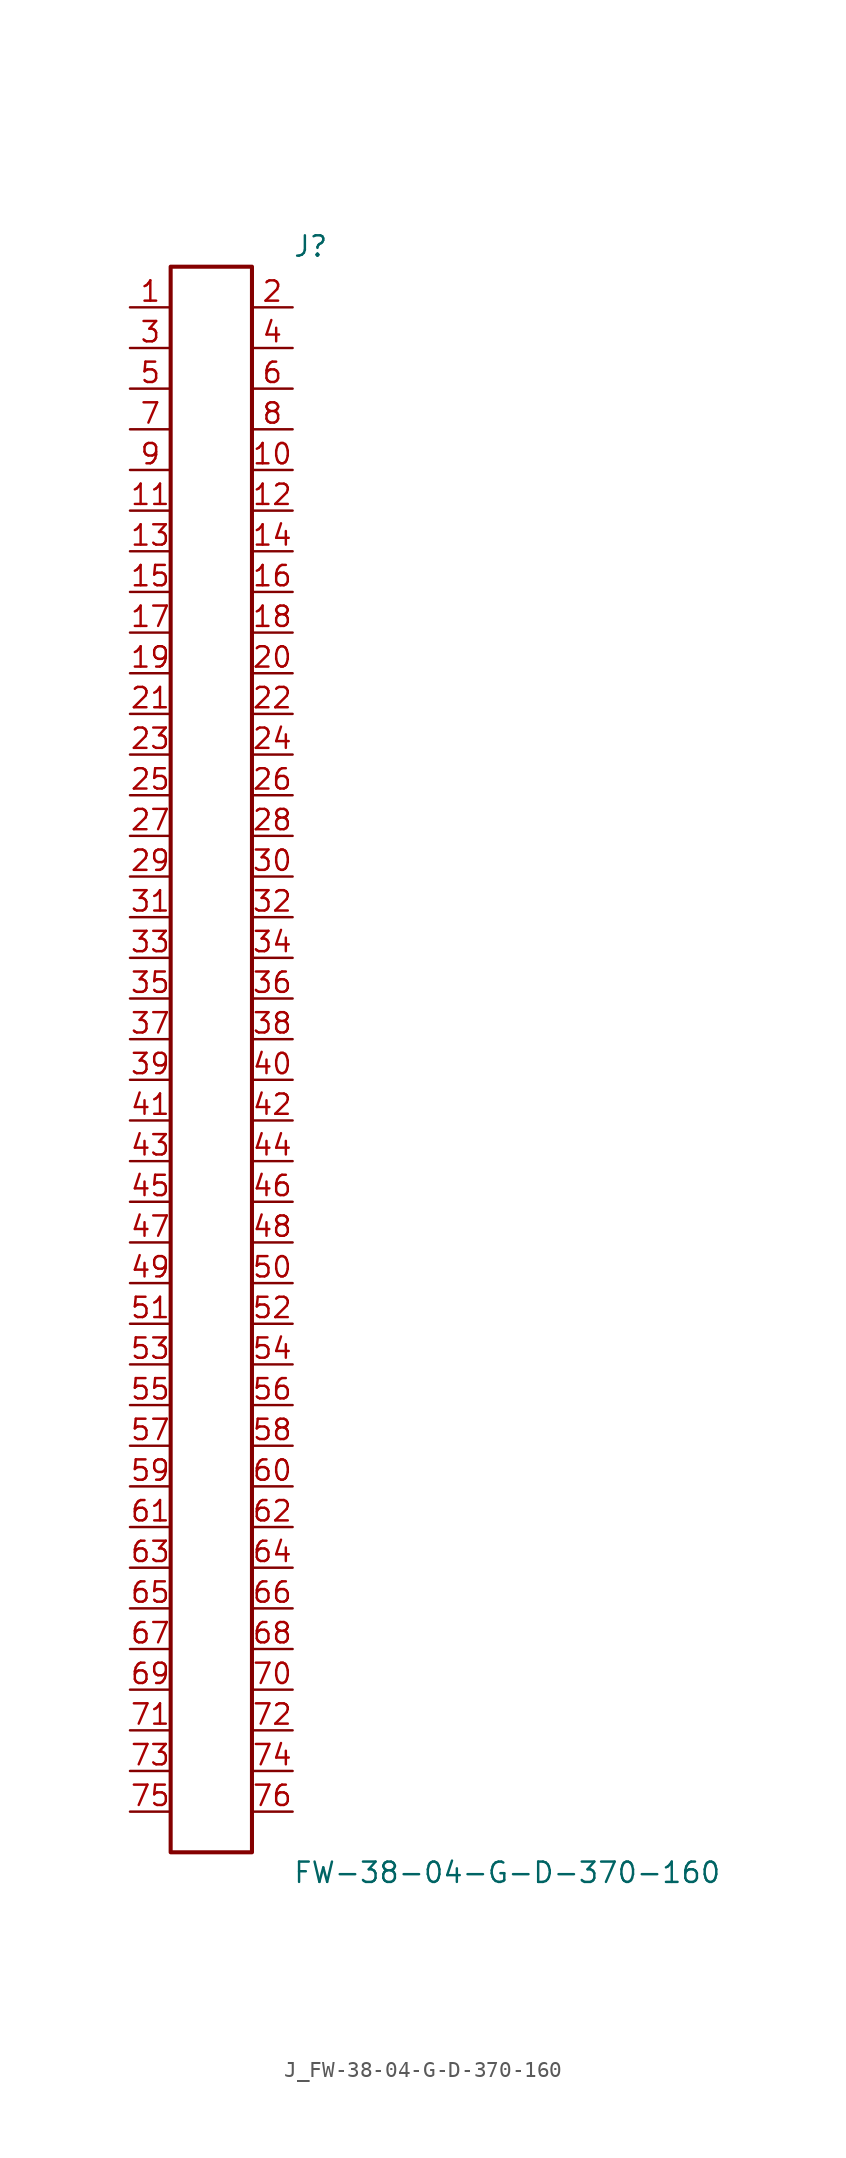
<source format=kicad_sym>
(kicad_symbol_lib
  (version 20231120)
  (generator kicad_symbol_editor)
  (generator_version 8.0)
  (symbol "J_FW-38-04-G-D-370-160"
    (pin_names
      (offset 0.254))
    (property "Reference" "J"
      (at 5.08 50.8 0)
      (effects (font (size 1.27 1.27)) (justify left)))
    (property "Value" "FW-38-04-G-D-370-160"
      (at 5.08 -50.8 0)
      (effects (font (size 1.27 1.27)) (justify left)))
    (symbol "J_FW-38-04-G-D-370-160_0_0"
      (pin unspecified line (at -5.08 46.99 0) (length 2.54) (name "" (effects (font (size 1.27 1.27)))) (number "1" (effects (font (size 1.27 1.27)))))
      (pin unspecified line (at 5.08 46.99 180) (length 2.54) (name "" (effects (font (size 1.27 1.27)))) (number "2" (effects (font (size 1.27 1.27)))))
      (pin unspecified line (at -5.08 44.45 0) (length 2.54) (name "" (effects (font (size 1.27 1.27)))) (number "3" (effects (font (size 1.27 1.27)))))
      (pin unspecified line (at 5.08 44.45 180) (length 2.54) (name "" (effects (font (size 1.27 1.27)))) (number "4" (effects (font (size 1.27 1.27)))))
      (pin unspecified line (at -5.08 41.91 0) (length 2.54) (name "" (effects (font (size 1.27 1.27)))) (number "5" (effects (font (size 1.27 1.27)))))
      (pin unspecified line (at 5.08 41.91 180) (length 2.54) (name "" (effects (font (size 1.27 1.27)))) (number "6" (effects (font (size 1.27 1.27)))))
      (pin unspecified line (at -5.08 39.37 0) (length 2.54) (name "" (effects (font (size 1.27 1.27)))) (number "7" (effects (font (size 1.27 1.27)))))
      (pin unspecified line (at 5.08 39.37 180) (length 2.54) (name "" (effects (font (size 1.27 1.27)))) (number "8" (effects (font (size 1.27 1.27)))))
      (pin unspecified line (at -5.08 36.83 0) (length 2.54) (name "" (effects (font (size 1.27 1.27)))) (number "9" (effects (font (size 1.27 1.27)))))
      (pin unspecified line (at 5.08 36.83 180) (length 2.54) (name "" (effects (font (size 1.27 1.27)))) (number "10" (effects (font (size 1.27 1.27)))))
      (pin unspecified line (at -5.08 34.29 0) (length 2.54) (name "" (effects (font (size 1.27 1.27)))) (number "11" (effects (font (size 1.27 1.27)))))
      (pin unspecified line (at 5.08 34.29 180) (length 2.54) (name "" (effects (font (size 1.27 1.27)))) (number "12" (effects (font (size 1.27 1.27)))))
      (pin unspecified line (at -5.08 31.75 0) (length 2.54) (name "" (effects (font (size 1.27 1.27)))) (number "13" (effects (font (size 1.27 1.27)))))
      (pin unspecified line (at 5.08 31.75 180) (length 2.54) (name "" (effects (font (size 1.27 1.27)))) (number "14" (effects (font (size 1.27 1.27)))))
      (pin unspecified line (at -5.08 29.21 0) (length 2.54) (name "" (effects (font (size 1.27 1.27)))) (number "15" (effects (font (size 1.27 1.27)))))
      (pin unspecified line (at 5.08 29.21 180) (length 2.54) (name "" (effects (font (size 1.27 1.27)))) (number "16" (effects (font (size 1.27 1.27)))))
      (pin unspecified line (at -5.08 26.67 0) (length 2.54) (name "" (effects (font (size 1.27 1.27)))) (number "17" (effects (font (size 1.27 1.27)))))
      (pin unspecified line (at 5.08 26.67 180) (length 2.54) (name "" (effects (font (size 1.27 1.27)))) (number "18" (effects (font (size 1.27 1.27)))))
      (pin unspecified line (at -5.08 24.13 0) (length 2.54) (name "" (effects (font (size 1.27 1.27)))) (number "19" (effects (font (size 1.27 1.27)))))
      (pin unspecified line (at 5.08 24.13 180) (length 2.54) (name "" (effects (font (size 1.27 1.27)))) (number "20" (effects (font (size 1.27 1.27)))))
      (pin unspecified line (at -5.08 21.59 0) (length 2.54) (name "" (effects (font (size 1.27 1.27)))) (number "21" (effects (font (size 1.27 1.27)))))
      (pin unspecified line (at 5.08 21.59 180) (length 2.54) (name "" (effects (font (size 1.27 1.27)))) (number "22" (effects (font (size 1.27 1.27)))))
      (pin unspecified line (at -5.08 19.05 0) (length 2.54) (name "" (effects (font (size 1.27 1.27)))) (number "23" (effects (font (size 1.27 1.27)))))
      (pin unspecified line (at 5.08 19.05 180) (length 2.54) (name "" (effects (font (size 1.27 1.27)))) (number "24" (effects (font (size 1.27 1.27)))))
      (pin unspecified line (at -5.08 16.51 0) (length 2.54) (name "" (effects (font (size 1.27 1.27)))) (number "25" (effects (font (size 1.27 1.27)))))
      (pin unspecified line (at 5.08 16.51 180) (length 2.54) (name "" (effects (font (size 1.27 1.27)))) (number "26" (effects (font (size 1.27 1.27)))))
      (pin unspecified line (at -5.08 13.97 0) (length 2.54) (name "" (effects (font (size 1.27 1.27)))) (number "27" (effects (font (size 1.27 1.27)))))
      (pin unspecified line (at 5.08 13.97 180) (length 2.54) (name "" (effects (font (size 1.27 1.27)))) (number "28" (effects (font (size 1.27 1.27)))))
      (pin unspecified line (at -5.08 11.43 0) (length 2.54) (name "" (effects (font (size 1.27 1.27)))) (number "29" (effects (font (size 1.27 1.27)))))
      (pin unspecified line (at 5.08 11.43 180) (length 2.54) (name "" (effects (font (size 1.27 1.27)))) (number "30" (effects (font (size 1.27 1.27)))))
      (pin unspecified line (at -5.08 8.89 0) (length 2.54) (name "" (effects (font (size 1.27 1.27)))) (number "31" (effects (font (size 1.27 1.27)))))
      (pin unspecified line (at 5.08 8.89 180) (length 2.54) (name "" (effects (font (size 1.27 1.27)))) (number "32" (effects (font (size 1.27 1.27)))))
      (pin unspecified line (at -5.08 6.35 0) (length 2.54) (name "" (effects (font (size 1.27 1.27)))) (number "33" (effects (font (size 1.27 1.27)))))
      (pin unspecified line (at 5.08 6.35 180) (length 2.54) (name "" (effects (font (size 1.27 1.27)))) (number "34" (effects (font (size 1.27 1.27)))))
      (pin unspecified line (at -5.08 3.81 0) (length 2.54) (name "" (effects (font (size 1.27 1.27)))) (number "35" (effects (font (size 1.27 1.27)))))
      (pin unspecified line (at 5.08 3.81 180) (length 2.54) (name "" (effects (font (size 1.27 1.27)))) (number "36" (effects (font (size 1.27 1.27)))))
      (pin unspecified line (at -5.08 1.27 0) (length 2.54) (name "" (effects (font (size 1.27 1.27)))) (number "37" (effects (font (size 1.27 1.27)))))
      (pin unspecified line (at 5.08 1.27 180) (length 2.54) (name "" (effects (font (size 1.27 1.27)))) (number "38" (effects (font (size 1.27 1.27)))))
      (pin unspecified line (at -5.08 -1.27 0) (length 2.54) (name "" (effects (font (size 1.27 1.27)))) (number "39" (effects (font (size 1.27 1.27)))))
      (pin unspecified line (at 5.08 -1.27 180) (length 2.54) (name "" (effects (font (size 1.27 1.27)))) (number "40" (effects (font (size 1.27 1.27)))))
      (pin unspecified line (at -5.08 -3.81 0) (length 2.54) (name "" (effects (font (size 1.27 1.27)))) (number "41" (effects (font (size 1.27 1.27)))))
      (pin unspecified line (at 5.08 -3.81 180) (length 2.54) (name "" (effects (font (size 1.27 1.27)))) (number "42" (effects (font (size 1.27 1.27)))))
      (pin unspecified line (at -5.08 -6.35 0) (length 2.54) (name "" (effects (font (size 1.27 1.27)))) (number "43" (effects (font (size 1.27 1.27)))))
      (pin unspecified line (at 5.08 -6.35 180) (length 2.54) (name "" (effects (font (size 1.27 1.27)))) (number "44" (effects (font (size 1.27 1.27)))))
      (pin unspecified line (at -5.08 -8.89 0) (length 2.54) (name "" (effects (font (size 1.27 1.27)))) (number "45" (effects (font (size 1.27 1.27)))))
      (pin unspecified line (at 5.08 -8.89 180) (length 2.54) (name "" (effects (font (size 1.27 1.27)))) (number "46" (effects (font (size 1.27 1.27)))))
      (pin unspecified line (at -5.08 -11.43 0) (length 2.54) (name "" (effects (font (size 1.27 1.27)))) (number "47" (effects (font (size 1.27 1.27)))))
      (pin unspecified line (at 5.08 -11.43 180) (length 2.54) (name "" (effects (font (size 1.27 1.27)))) (number "48" (effects (font (size 1.27 1.27)))))
      (pin unspecified line (at -5.08 -13.97 0) (length 2.54) (name "" (effects (font (size 1.27 1.27)))) (number "49" (effects (font (size 1.27 1.27)))))
      (pin unspecified line (at 5.08 -13.97 180) (length 2.54) (name "" (effects (font (size 1.27 1.27)))) (number "50" (effects (font (size 1.27 1.27)))))
      (pin unspecified line (at -5.08 -16.51 0) (length 2.54) (name "" (effects (font (size 1.27 1.27)))) (number "51" (effects (font (size 1.27 1.27)))))
      (pin unspecified line (at 5.08 -16.51 180) (length 2.54) (name "" (effects (font (size 1.27 1.27)))) (number "52" (effects (font (size 1.27 1.27)))))
      (pin unspecified line (at -5.08 -19.05 0) (length 2.54) (name "" (effects (font (size 1.27 1.27)))) (number "53" (effects (font (size 1.27 1.27)))))
      (pin unspecified line (at 5.08 -19.05 180) (length 2.54) (name "" (effects (font (size 1.27 1.27)))) (number "54" (effects (font (size 1.27 1.27)))))
      (pin unspecified line (at -5.08 -21.59 0) (length 2.54) (name "" (effects (font (size 1.27 1.27)))) (number "55" (effects (font (size 1.27 1.27)))))
      (pin unspecified line (at 5.08 -21.59 180) (length 2.54) (name "" (effects (font (size 1.27 1.27)))) (number "56" (effects (font (size 1.27 1.27)))))
      (pin unspecified line (at -5.08 -24.13 0) (length 2.54) (name "" (effects (font (size 1.27 1.27)))) (number "57" (effects (font (size 1.27 1.27)))))
      (pin unspecified line (at 5.08 -24.13 180) (length 2.54) (name "" (effects (font (size 1.27 1.27)))) (number "58" (effects (font (size 1.27 1.27)))))
      (pin unspecified line (at -5.08 -26.67 0) (length 2.54) (name "" (effects (font (size 1.27 1.27)))) (number "59" (effects (font (size 1.27 1.27)))))
      (pin unspecified line (at 5.08 -26.67 180) (length 2.54) (name "" (effects (font (size 1.27 1.27)))) (number "60" (effects (font (size 1.27 1.27)))))
      (pin unspecified line (at -5.08 -29.21 0) (length 2.54) (name "" (effects (font (size 1.27 1.27)))) (number "61" (effects (font (size 1.27 1.27)))))
      (pin unspecified line (at 5.08 -29.21 180) (length 2.54) (name "" (effects (font (size 1.27 1.27)))) (number "62" (effects (font (size 1.27 1.27)))))
      (pin unspecified line (at -5.08 -31.75 0) (length 2.54) (name "" (effects (font (size 1.27 1.27)))) (number "63" (effects (font (size 1.27 1.27)))))
      (pin unspecified line (at 5.08 -31.75 180) (length 2.54) (name "" (effects (font (size 1.27 1.27)))) (number "64" (effects (font (size 1.27 1.27)))))
      (pin unspecified line (at -5.08 -34.29 0) (length 2.54) (name "" (effects (font (size 1.27 1.27)))) (number "65" (effects (font (size 1.27 1.27)))))
      (pin unspecified line (at 5.08 -34.29 180) (length 2.54) (name "" (effects (font (size 1.27 1.27)))) (number "66" (effects (font (size 1.27 1.27)))))
      (pin unspecified line (at -5.08 -36.83 0) (length 2.54) (name "" (effects (font (size 1.27 1.27)))) (number "67" (effects (font (size 1.27 1.27)))))
      (pin unspecified line (at 5.08 -36.83 180) (length 2.54) (name "" (effects (font (size 1.27 1.27)))) (number "68" (effects (font (size 1.27 1.27)))))
      (pin unspecified line (at -5.08 -39.37 0) (length 2.54) (name "" (effects (font (size 1.27 1.27)))) (number "69" (effects (font (size 1.27 1.27)))))
      (pin unspecified line (at 5.08 -39.37 180) (length 2.54) (name "" (effects (font (size 1.27 1.27)))) (number "70" (effects (font (size 1.27 1.27)))))
      (pin unspecified line (at -5.08 -41.91 0) (length 2.54) (name "" (effects (font (size 1.27 1.27)))) (number "71" (effects (font (size 1.27 1.27)))))
      (pin unspecified line (at 5.08 -41.91 180) (length 2.54) (name "" (effects (font (size 1.27 1.27)))) (number "72" (effects (font (size 1.27 1.27)))))
      (pin unspecified line (at -5.08 -44.45 0) (length 2.54) (name "" (effects (font (size 1.27 1.27)))) (number "73" (effects (font (size 1.27 1.27)))))
      (pin unspecified line (at 5.08 -44.45 180) (length 2.54) (name "" (effects (font (size 1.27 1.27)))) (number "74" (effects (font (size 1.27 1.27)))))
      (pin unspecified line (at -5.08 -46.99 0) (length 2.54) (name "" (effects (font (size 1.27 1.27)))) (number "75" (effects (font (size 1.27 1.27)))))
      (pin unspecified line (at 5.08 -46.99 180) (length 2.54) (name "" (effects (font (size 1.27 1.27)))) (number "76" (effects (font (size 1.27 1.27))))))
    (symbol "J_FW-38-04-G-D-370-160_1_0"
      (rectangle (start -2.54 49.53) (end 2.54 -49.53) (stroke (width 0.254) (type solid)) (fill (type none))))))
</source>
